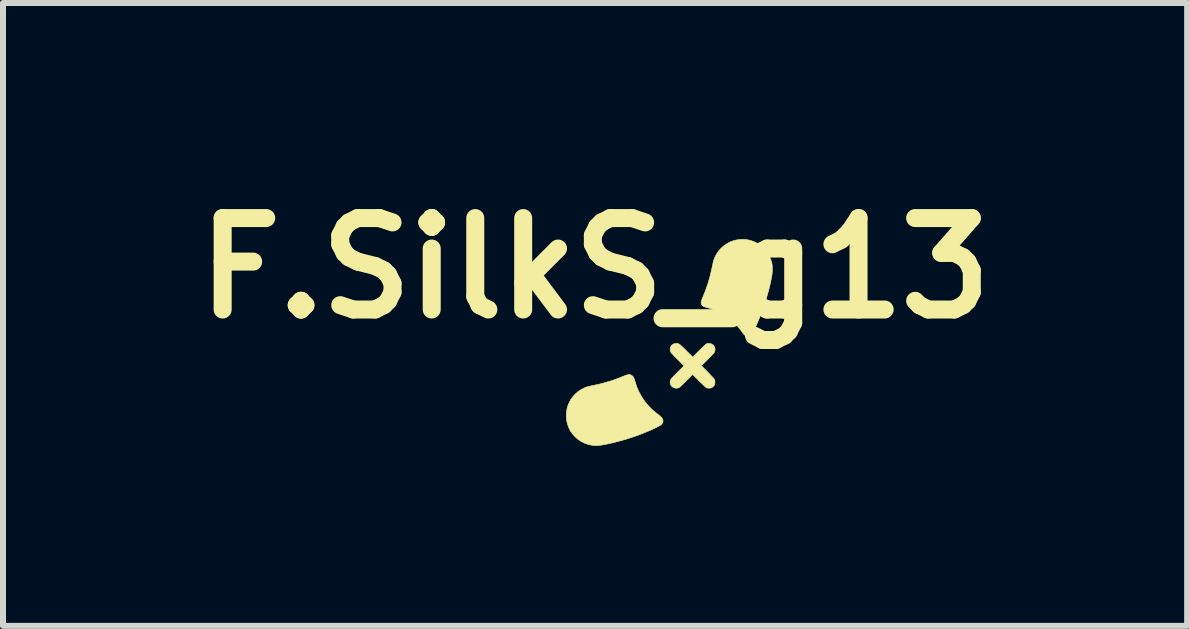
<source format=kicad_pcb>
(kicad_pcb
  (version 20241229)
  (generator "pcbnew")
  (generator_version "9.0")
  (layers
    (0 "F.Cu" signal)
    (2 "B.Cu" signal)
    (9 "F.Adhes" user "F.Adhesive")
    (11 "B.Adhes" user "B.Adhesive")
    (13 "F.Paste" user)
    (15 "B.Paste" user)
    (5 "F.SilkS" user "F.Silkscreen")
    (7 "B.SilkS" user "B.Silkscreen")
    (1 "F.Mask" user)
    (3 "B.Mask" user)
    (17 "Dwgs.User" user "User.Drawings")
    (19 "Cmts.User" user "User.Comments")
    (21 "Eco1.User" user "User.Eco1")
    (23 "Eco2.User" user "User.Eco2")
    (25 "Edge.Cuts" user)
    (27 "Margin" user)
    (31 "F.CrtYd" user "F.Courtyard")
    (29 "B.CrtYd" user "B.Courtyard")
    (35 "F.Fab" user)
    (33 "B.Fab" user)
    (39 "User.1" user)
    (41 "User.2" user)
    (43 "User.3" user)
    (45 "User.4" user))
  (footprint "F.SilkS_g13"
    (layer "F.Cu")
    (at 6.865 1.418)
    (property "Reference" "F.SilkS_g13" (at 0 0 0) (layer "F.SilkS") (effects (font (size 1.524 1.524) (thickness 0.3))))
    (attr through_hole)
    (fp_poly (pts (xy 0.592 1.777) (xy 0.608 1.785) (xy 0.621 1.795) (xy 0.631 1.804) (xy 0.638 1.813) (xy 0.645 1.825) (xy 0.651 1.84) (xy 0.658 1.861) (xy 0.666 1.887) (xy 0.667 1.888) (xy 0.684 1.945) (xy 0.703 1.997) (xy 0.725 2.046) (xy 0.741 2.079) (xy 0.784 2.155) (xy 0.833 2.226) (xy 0.889 2.293) (xy 0.95 2.356) (xy 1.016 2.412) (xy 1.054 2.44) (xy 1.082 2.462) (xy 1.104 2.482) (xy 1.119 2.502) (xy 1.129 2.521) (xy 1.132 2.541) (xy 1.133 2.546) (xy 1.131 2.565) (xy 1.124 2.581) (xy 1.113 2.597) (xy 1.096 2.612) (xy 1.072 2.628) (xy 1.041 2.644) (xy 1.041 2.645) (xy 0.92 2.702) (xy 0.792 2.755) (xy 0.659 2.804) (xy 0.522 2.849) (xy 0.383 2.888) (xy 0.241 2.923) (xy 0.182 2.935) (xy 0.123 2.946) (xy 0.069 2.953) (xy 0.022 2.956) (xy -0.02 2.955) (xy -0.054 2.951) (xy -0.117 2.937) (xy -0.177 2.915) (xy -0.233 2.887) (xy -0.284 2.853) (xy -0.331 2.812) (xy -0.372 2.766) (xy -0.409 2.714) (xy -0.414 2.705) (xy -0.44 2.653) (xy -0.46 2.596) (xy -0.473 2.538) (xy -0.479 2.478) (xy -0.478 2.417) (xy -0.47 2.358) (xy -0.456 2.3) (xy -0.454 2.296) (xy -0.431 2.24) (xy -0.402 2.187) (xy -0.366 2.138) (xy -0.324 2.093) (xy -0.278 2.054) (xy -0.227 2.02) (xy -0.173 1.993) (xy -0.151 1.984) (xy -0.137 1.98) (xy -0.116 1.974) (xy -0.092 1.968) (xy -0.066 1.962) (xy -0.039 1.956) (xy -0.038 1.956) (xy 0.061 1.935) (xy 0.155 1.911) (xy 0.245 1.885) (xy 0.332 1.856) (xy 0.419 1.823) (xy 0.467 1.803) (xy 0.501 1.79) (xy 0.53 1.78) (xy 0.554 1.775) (xy 0.575 1.774) (xy 0.592 1.777)) (stroke (width 0.01) (type solid)) (fill yes) (layer "F.SilkS"))
    (fp_poly (pts (xy 2.543 -0.472) (xy 2.6 -0.459) (xy 2.656 -0.438) (xy 2.708 -0.412) (xy 2.757 -0.379) (xy 2.801 -0.341) (xy 2.842 -0.298) (xy 2.877 -0.249) (xy 2.906 -0.196) (xy 2.93 -0.139) (xy 2.947 -0.077) (xy 2.948 -0.075) (xy 2.951 -0.058) (xy 2.953 -0.038) (xy 2.954 -0.016) (xy 2.954 0.012) (xy 2.954 0.024) (xy 2.954 0.045) (xy 2.953 0.066) (xy 2.951 0.088) (xy 2.948 0.11) (xy 2.945 0.135) (xy 2.939 0.163) (xy 2.933 0.196) (xy 2.925 0.233) (xy 2.915 0.277) (xy 2.911 0.296) (xy 2.882 0.409) (xy 2.848 0.525) (xy 2.81 0.642) (xy 2.768 0.758) (xy 2.722 0.872) (xy 2.674 0.981) (xy 2.639 1.052) (xy 2.625 1.079) (xy 2.612 1.1) (xy 2.6 1.116) (xy 2.588 1.127) (xy 2.576 1.135) (xy 2.574 1.136) (xy 2.556 1.142) (xy 2.539 1.142) (xy 2.525 1.138) (xy 2.505 1.127) (xy 2.485 1.108) (xy 2.464 1.083) (xy 2.461 1.078) (xy 2.407 1.005) (xy 2.348 0.938) (xy 2.284 0.876) (xy 2.215 0.821) (xy 2.142 0.772) (xy 2.066 0.73) (xy 2.009 0.705) (xy 1.978 0.692) (xy 1.946 0.681) (xy 1.913 0.67) (xy 1.875 0.659) (xy 1.842 0.651) (xy 1.824 0.645) (xy 1.811 0.64) (xy 1.8 0.633) (xy 1.792 0.625) (xy 1.778 0.61) (xy 1.77 0.594) (xy 1.767 0.575) (xy 1.77 0.554) (xy 1.778 0.528) (xy 1.787 0.506) (xy 1.836 0.385) (xy 1.88 0.261) (xy 1.917 0.133) (xy 1.948 -0.001) (xy 1.955 -0.032) (xy 1.962 -0.066) (xy 1.968 -0.095) (xy 1.974 -0.118) (xy 1.98 -0.139) (xy 1.987 -0.157) (xy 1.994 -0.176) (xy 2.001 -0.19) (xy 2.029 -0.243) (xy 2.065 -0.292) (xy 2.105 -0.337) (xy 2.151 -0.376) (xy 2.201 -0.41) (xy 2.255 -0.438) (xy 2.311 -0.459) (xy 2.358 -0.47) (xy 2.421 -0.478) (xy 2.483 -0.479) (xy 2.543 -0.472)) (stroke (width 0.01) (type solid)) (fill yes) (layer "F.SilkS"))
    (fp_poly (pts (xy 1.364 1.254) (xy 1.374 1.255) (xy 1.384 1.258) (xy 1.393 1.261) (xy 1.404 1.268) (xy 1.416 1.276) (xy 1.43 1.288) (xy 1.447 1.304) (xy 1.468 1.324) (xy 1.493 1.348) (xy 1.521 1.376) (xy 1.627 1.482) (xy 1.735 1.374) (xy 1.768 1.342) (xy 1.796 1.315) (xy 1.818 1.294) (xy 1.836 1.278) (xy 1.849 1.267) (xy 1.857 1.261) (xy 1.859 1.26) (xy 1.883 1.255) (xy 1.909 1.255) (xy 1.935 1.261) (xy 1.958 1.272) (xy 1.97 1.281) (xy 1.986 1.301) (xy 1.996 1.326) (xy 2 1.352) (xy 1.997 1.379) (xy 1.994 1.39) (xy 1.992 1.395) (xy 1.989 1.401) (xy 1.985 1.408) (xy 1.979 1.416) (xy 1.97 1.426) (xy 1.958 1.439) (xy 1.943 1.455) (xy 1.924 1.475) (xy 1.899 1.499) (xy 1.88 1.519) (xy 1.772 1.627) (xy 1.878 1.733) (xy 1.906 1.762) (xy 1.931 1.788) (xy 1.952 1.81) (xy 1.969 1.829) (xy 1.981 1.843) (xy 1.989 1.853) (xy 1.991 1.855) (xy 1.996 1.874) (xy 1.998 1.896) (xy 1.997 1.918) (xy 1.993 1.939) (xy 1.989 1.947) (xy 1.976 1.966) (xy 1.957 1.983) (xy 1.938 1.994) (xy 1.922 1.998) (xy 1.902 2) (xy 1.882 1.999) (xy 1.864 1.996) (xy 1.858 1.994) (xy 1.851 1.989) (xy 1.838 1.979) (xy 1.82 1.962) (xy 1.797 1.94) (xy 1.769 1.913) (xy 1.736 1.881) (xy 1.735 1.88) (xy 1.627 1.772) (xy 1.521 1.878) (xy 1.49 1.909) (xy 1.463 1.935) (xy 1.442 1.955) (xy 1.425 1.971) (xy 1.412 1.982) (xy 1.402 1.989) (xy 1.397 1.992) (xy 1.373 1.999) (xy 1.346 2) (xy 1.32 1.995) (xy 1.306 1.99) (xy 1.283 1.974) (xy 1.266 1.954) (xy 1.256 1.931) (xy 1.252 1.913) (xy 1.251 1.898) (xy 1.253 1.882) (xy 1.256 1.869) (xy 1.258 1.863) (xy 1.261 1.858) (xy 1.264 1.851) (xy 1.27 1.844) (xy 1.277 1.835) (xy 1.288 1.824) (xy 1.301 1.809) (xy 1.319 1.791) (xy 1.341 1.769) (xy 1.368 1.741) (xy 1.372 1.737) (xy 1.482 1.627) (xy 1.372 1.517) (xy 1.345 1.489) (xy 1.322 1.466) (xy 1.304 1.447) (xy 1.289 1.432) (xy 1.279 1.421) (xy 1.271 1.411) (xy 1.265 1.404) (xy 1.261 1.398) (xy 1.259 1.392) (xy 1.257 1.386) (xy 1.256 1.385) (xy 1.252 1.367) (xy 1.251 1.351) (xy 1.253 1.336) (xy 1.256 1.323) (xy 1.267 1.299) (xy 1.284 1.279) (xy 1.306 1.264) (xy 1.332 1.256) (xy 1.353 1.254) (xy 1.364 1.254)) (stroke (width 0.01) (type solid)) (fill yes) (layer "F.SilkS")))
  (gr_rect
    (start -3 -3)
    (end 16.731 7.379)
    (stroke (width 0.1) (type default))
    (fill no)
    (layer "Edge.Cuts")))
</source>
